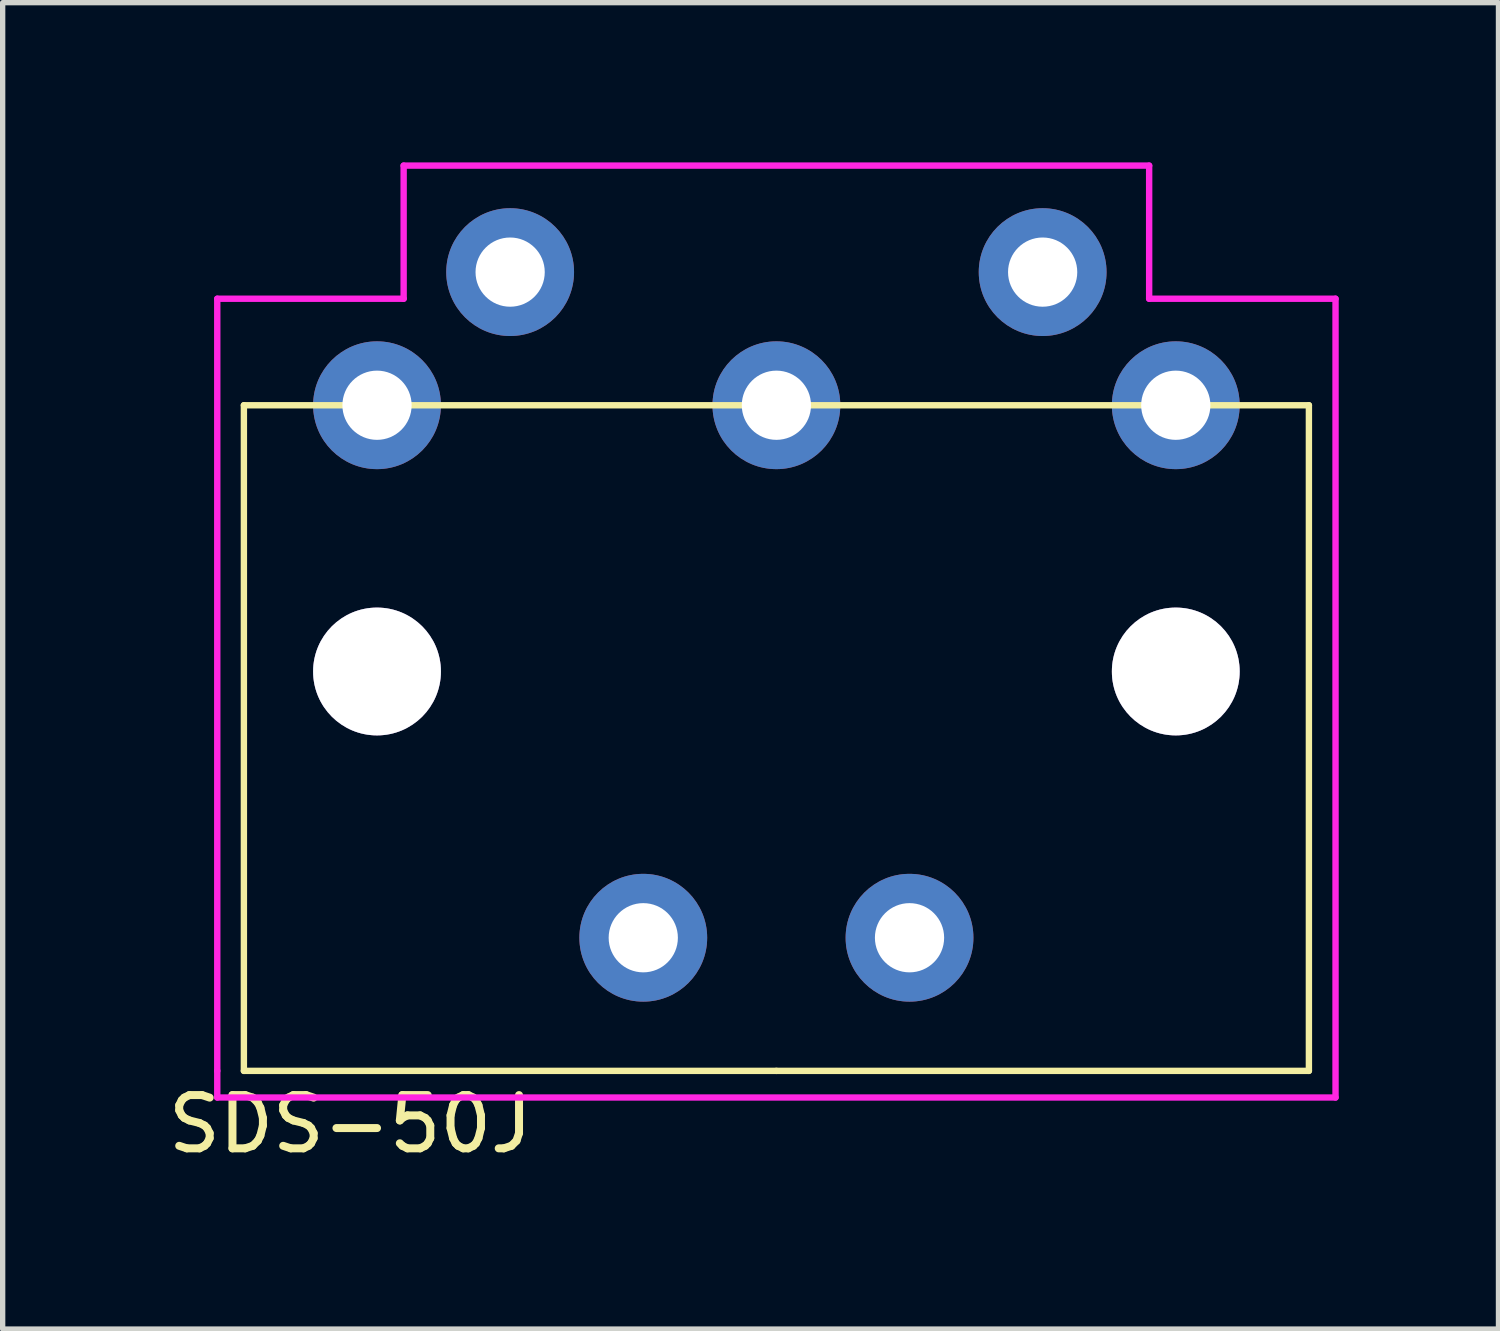
<source format=kicad_pcb>
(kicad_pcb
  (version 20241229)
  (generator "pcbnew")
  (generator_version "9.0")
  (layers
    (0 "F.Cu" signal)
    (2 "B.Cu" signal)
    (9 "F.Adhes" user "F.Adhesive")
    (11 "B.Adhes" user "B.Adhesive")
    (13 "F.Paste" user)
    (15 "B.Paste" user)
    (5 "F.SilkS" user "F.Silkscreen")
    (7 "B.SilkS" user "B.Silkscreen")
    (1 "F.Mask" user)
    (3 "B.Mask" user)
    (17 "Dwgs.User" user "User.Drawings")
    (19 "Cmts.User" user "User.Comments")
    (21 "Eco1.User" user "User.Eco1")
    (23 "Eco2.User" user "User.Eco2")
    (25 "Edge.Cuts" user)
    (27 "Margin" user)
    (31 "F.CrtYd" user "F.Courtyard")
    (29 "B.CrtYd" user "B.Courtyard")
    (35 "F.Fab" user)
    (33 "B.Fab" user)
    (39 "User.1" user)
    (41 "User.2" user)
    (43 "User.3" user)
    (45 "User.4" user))
  (footprint "SDS-50J"
    (layer "F.Cu")
    (at 11.53 9.56)
    (property "Reference" "SDS-50J" (at -8 8.5 0) (layer "F.SilkS") (effects (font (size 1 1) (thickness 0.15))))
    (attr through_hole)
    (fp_line (start -10 -5) (end -10 7.5) (stroke (width 0.12) (type solid)) (layer "F.SilkS"))
    (fp_line (start -10 7.5) (end 0 7.5) (stroke (width 0.12) (type solid)) (layer "F.SilkS"))
    (fp_line (start 0 7.5) (end 10 7.5) (stroke (width 0.12) (type solid)) (layer "F.SilkS"))
    (fp_line (start 10 -5) (end -10 -5) (stroke (width 0.12) (type solid)) (layer "F.SilkS"))
    (fp_line (start 10 7.5) (end 10 -5) (stroke (width 0.12) (type solid)) (layer "F.SilkS"))
    (fp_line (start -10.5 -7) (end -7 -7) (stroke (width 0.12) (type solid)) (layer "F.CrtYd"))
    (fp_line (start -10.5 7.5) (end -10.5 -7) (stroke (width 0.12) (type solid)) (layer "F.CrtYd"))
    (fp_line (start -10.5 8) (end -10.5 7.5) (stroke (width 0.12) (type solid)) (layer "F.CrtYd"))
    (fp_line (start -7 -9.5) (end 7 -9.5) (stroke (width 0.12) (type solid)) (layer "F.CrtYd"))
    (fp_line (start -7 -7) (end -7 -9.5) (stroke (width 0.12) (type solid)) (layer "F.CrtYd"))
    (fp_line (start 7 -9.5) (end 7 -7) (stroke (width 0.12) (type solid)) (layer "F.CrtYd"))
    (fp_line (start 7 -7) (end 10.5 -7) (stroke (width 0.12) (type solid)) (layer "F.CrtYd"))
    (fp_line (start 10.5 -7) (end 10.5 8) (stroke (width 0.12) (type solid)) (layer "F.CrtYd"))
    (fp_line (start 10.5 8) (end -10.5 8) (stroke (width 0.12) (type solid)) (layer "F.CrtYd"))
    (pad "" thru_hole circle (at -7.5 0) (size 2.4 2.4) (drill 2.4) (layers "*.Cu" "*.Mask"))
    (pad "" thru_hole circle (at 7.5 0) (size 2.4 2.4) (drill 2.4) (layers "*.Cu" "*.Mask"))
    (pad "1" thru_hole circle (at 7.5 -5) (size 2.4 2.4) (drill 1.3) (layers "*.Cu" "*.Mask"))
    (pad "2" thru_hole circle (at 0 -5) (size 2.4 2.4) (drill 1.3) (layers "*.Cu" "*.Mask"))
    (pad "3" thru_hole circle (at -7.5 -5) (size 2.4 2.4) (drill 1.3) (layers "*.Cu" "*.Mask"))
    (pad "4" thru_hole circle (at 5 -7.5) (size 2.4 2.4) (drill 1.3) (layers "*.Cu" "*.Mask"))
    (pad "5" thru_hole circle (at -5 -7.5) (size 2.4 2.4) (drill 1.3) (layers "*.Cu" "*.Mask"))
    (pad "E" thru_hole circle (at -2.5 5) (size 2.4 2.4) (drill 1.3) (layers "*.Cu" "*.Mask"))
    (pad "E" thru_hole circle (at 2.5 5) (size 2.4 2.4) (drill 1.3) (layers "*.Cu" "*.Mask")))
  (gr_rect
    (start -3 -3)
    (end 25.09 21.908)
    (stroke (width 0.1) (type default))
    (fill no)
    (layer "Edge.Cuts")))
</source>
